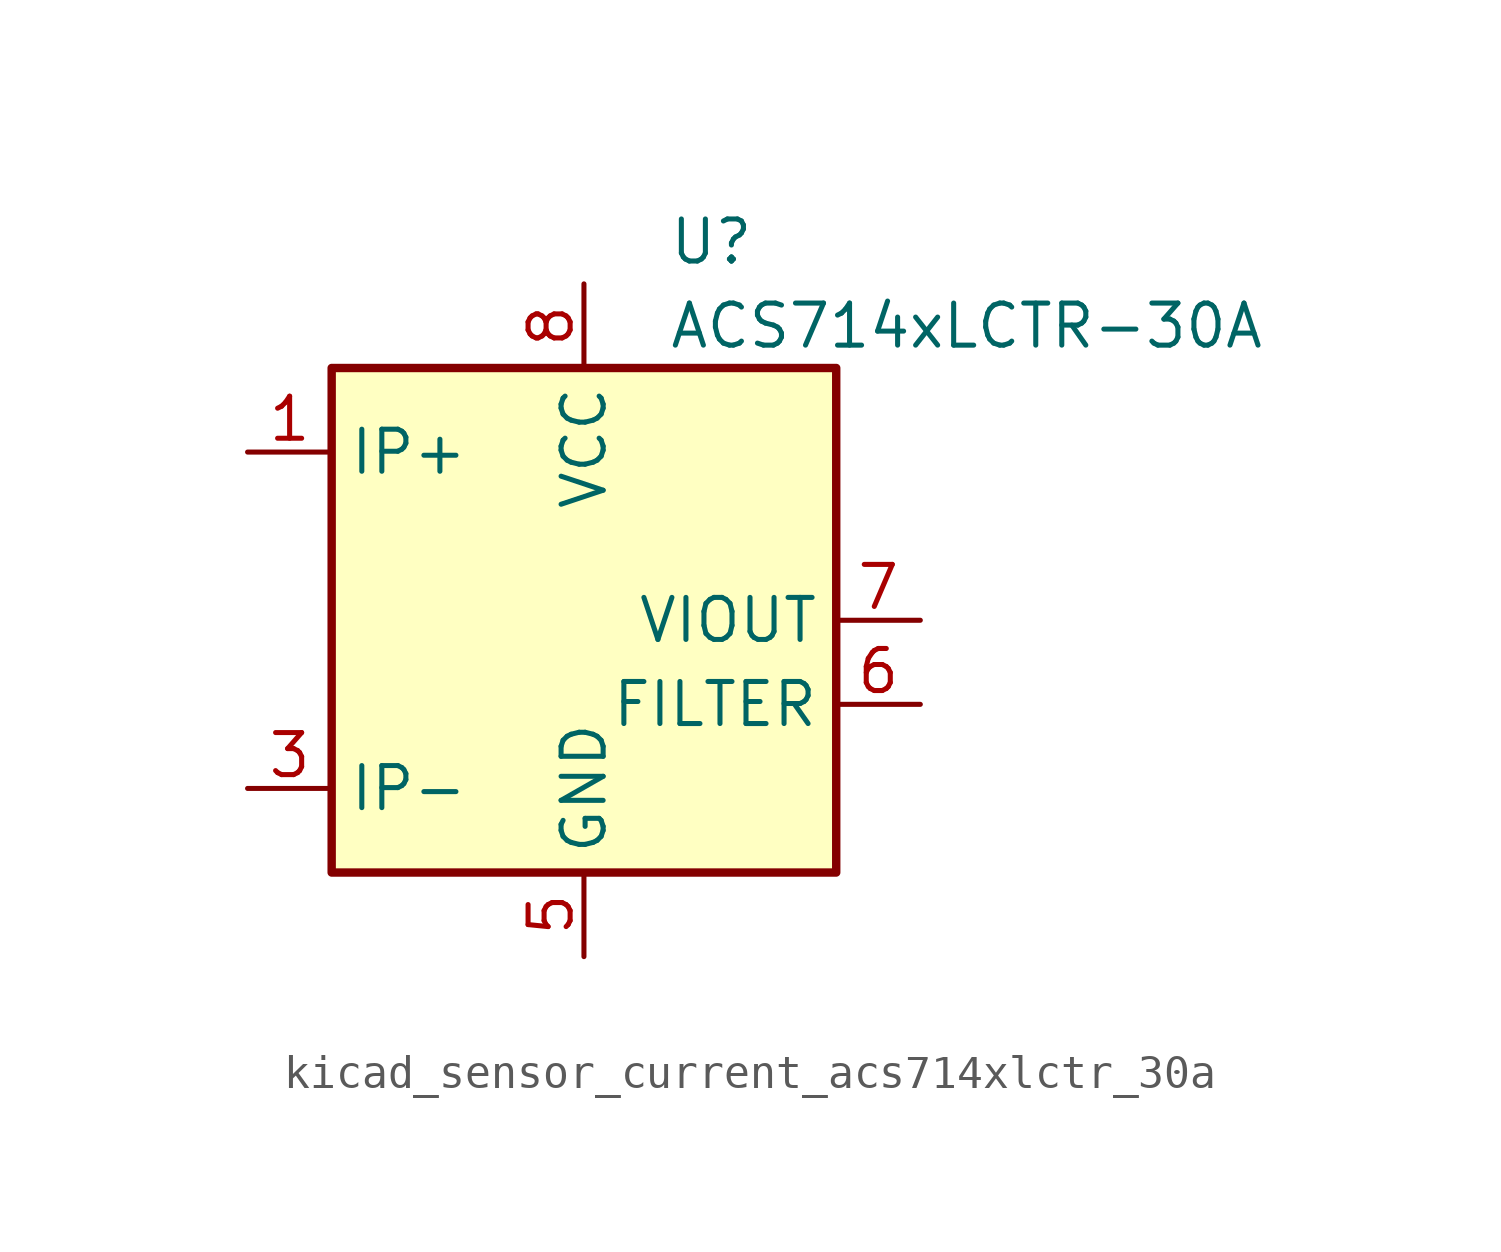
<source format=kicad_sym>
(kicad_symbol_lib
  (version 20220914)
  (generator kicad_symbol_editor)
  (symbol "kicad_sensor_current_acs714xlctr_30a"
    (property "Reference" "U"
      (at 2.54 11.43 0)
      (effects (font (size 1.27 1.27)) (justify left)))
    (property "Value" "ACS714xLCTR-30A"
      (at 2.54 8.89 0)
      (effects (font (size 1.27 1.27)) (justify left)))
    (symbol "kicad_sensor_current_acs714xlctr_30a_0_1"
      (rectangle (start -7.62 7.62) (end 7.62 -7.62) (stroke (width 0.254) (type default)) (fill (type background))))
    (symbol "kicad_sensor_current_acs714xlctr_30a_1_1"
      (pin passive line (at -10.16 5.08 0) (length 2.54) (name "IP+" (effects (font (size 1.27 1.27)))) (number "1" (effects (font (size 1.27 1.27)))))
      (pin passive line (at -10.16 5.08 0) (length 2.54) hide (name "IP+" (effects (font (size 1.27 1.27)))) (number "2" (effects (font (size 1.27 1.27)))))
      (pin passive line (at -10.16 -5.08 0) (length 2.54) (name "IP-" (effects (font (size 1.27 1.27)))) (number "3" (effects (font (size 1.27 1.27)))))
      (pin passive line (at -10.16 -5.08 0) (length 2.54) hide (name "IP-" (effects (font (size 1.27 1.27)))) (number "4" (effects (font (size 1.27 1.27)))))
      (pin power_in line (at 0 -10.16 90) (length 2.54) (name "GND" (effects (font (size 1.27 1.27)))) (number "5" (effects (font (size 1.27 1.27)))))
      (pin passive line (at 10.16 -2.54 180) (length 2.54) (name "FILTER" (effects (font (size 1.27 1.27)))) (number "6" (effects (font (size 1.27 1.27)))))
      (pin output line (at 10.16 0 180) (length 2.54) (name "VIOUT" (effects (font (size 1.27 1.27)))) (number "7" (effects (font (size 1.27 1.27)))))
      (pin power_in line (at 0 10.16 270) (length 2.54) (name "VCC" (effects (font (size 1.27 1.27)))) (number "8" (effects (font (size 1.27 1.27))))))))
</source>
